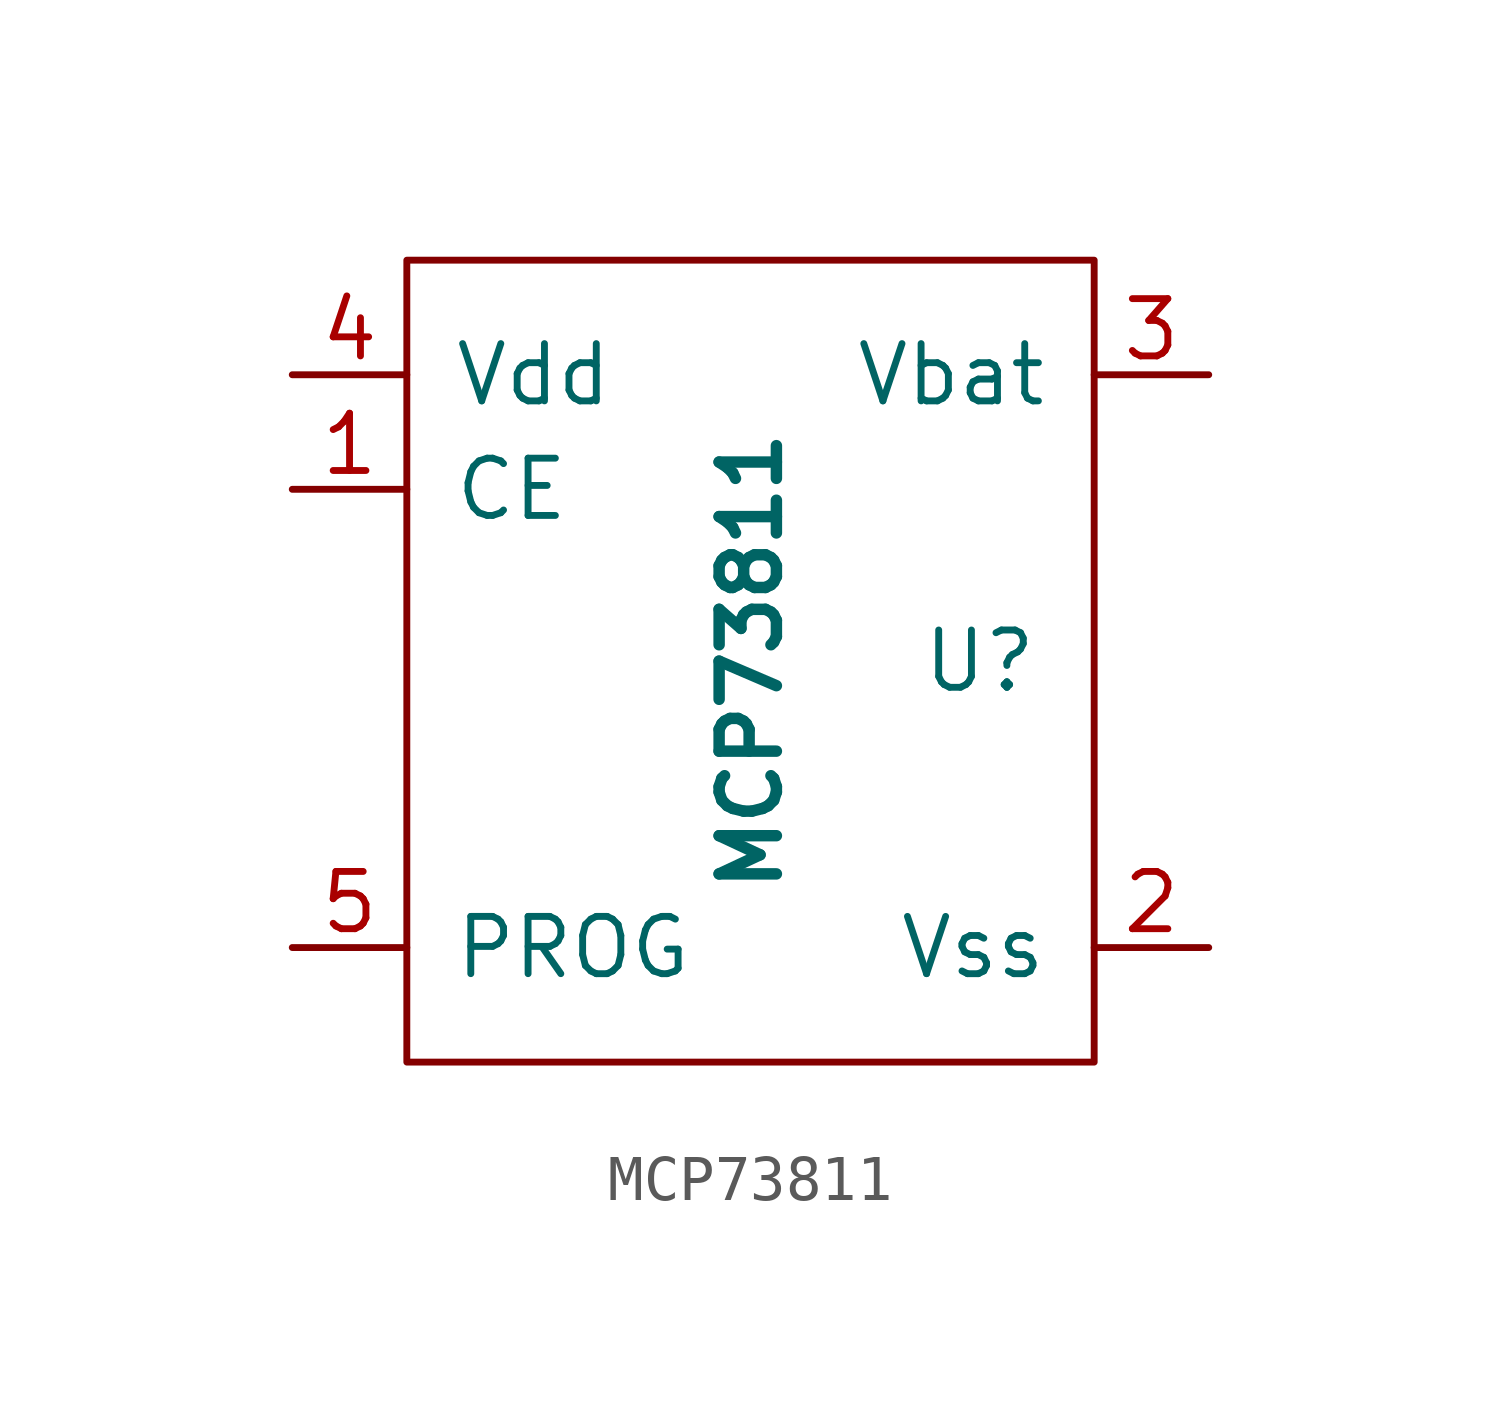
<source format=kicad_sym>
(kicad_symbol_lib
  (version 20231120)
  (generator "kicad_symbol_editor")
  (generator_version "8.0")
  (symbol "MCP73811"
    (pin_names
      (offset 1.016))
    (property "Reference" "U"
      (at 5.08 0 0)
      (effects (font (size 1.27 1.27))))
    (property "Value" "MCP73811"
      (at 0 0 90)
      (effects (font (size 1.27 1.27) (bold yes))))
    (symbol "MCP73811_0_1"
      (rectangle (start -7.62 8.89) (end 7.62 -8.89) (stroke (width 0) (type default)) (fill (type none))))
    (symbol "MCP73811_1_1"
      (pin passive line (at -10.16 3.81 0) (length 2.54) (name "CE" (effects (font (size 1.27 1.27)))) (number "1" (effects (font (size 1.27 1.27)))))
      (pin passive line (at 10.16 -6.35 180) (length 2.54) (name "Vss" (effects (font (size 1.27 1.27)))) (number "2" (effects (font (size 1.27 1.27)))))
      (pin passive line (at 10.16 6.35 180) (length 2.54) (name "Vbat" (effects (font (size 1.27 1.27)))) (number "3" (effects (font (size 1.27 1.27)))))
      (pin passive line (at -10.16 6.35 0) (length 2.54) (name "Vdd" (effects (font (size 1.27 1.27)))) (number "4" (effects (font (size 1.27 1.27)))))
      (pin passive line (at -10.16 -6.35 0) (length 2.54) (name "PROG" (effects (font (size 1.27 1.27)))) (number "5" (effects (font (size 1.27 1.27))))))))
</source>
